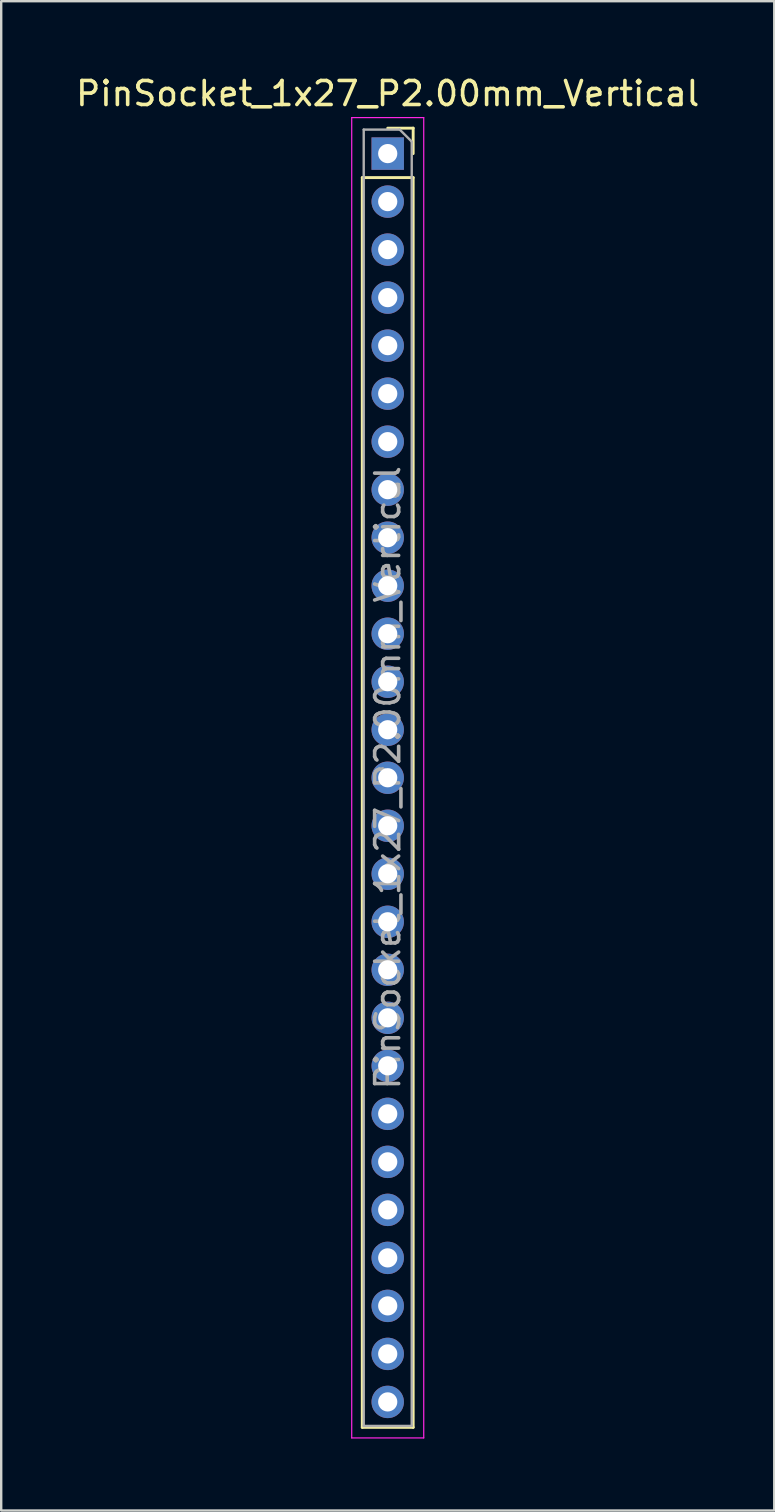
<source format=kicad_pcb>
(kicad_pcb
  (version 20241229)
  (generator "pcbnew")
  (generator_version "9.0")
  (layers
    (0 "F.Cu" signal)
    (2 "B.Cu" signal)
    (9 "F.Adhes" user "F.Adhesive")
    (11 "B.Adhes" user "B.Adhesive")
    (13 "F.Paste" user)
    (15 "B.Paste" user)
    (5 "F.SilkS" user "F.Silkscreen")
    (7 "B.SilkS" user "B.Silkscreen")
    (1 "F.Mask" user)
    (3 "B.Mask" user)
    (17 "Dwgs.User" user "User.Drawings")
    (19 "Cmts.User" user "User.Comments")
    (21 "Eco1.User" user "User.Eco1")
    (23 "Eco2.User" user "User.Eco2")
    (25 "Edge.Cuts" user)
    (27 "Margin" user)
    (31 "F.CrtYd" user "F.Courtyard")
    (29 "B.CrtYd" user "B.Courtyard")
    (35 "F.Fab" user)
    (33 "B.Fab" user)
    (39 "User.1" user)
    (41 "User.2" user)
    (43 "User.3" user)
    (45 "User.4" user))
  (footprint "PinSocket_1x27_P2.00mm_Vertical"
    (layer "F.Cu")
    (at 13.101 3.348)
    (property "Reference" "PinSocket_1x27_P2.00mm_Vertical" (at 0 -2.5 0) (layer "F.SilkS") (effects (font (size 1 1) (thickness 0.15))))
    (attr through_hole)
    (fp_line (start -1.06 1) (end -1.06 53.06) (stroke (width 0.12) (type solid)) (layer "F.SilkS"))
    (fp_line (start -1.06 1) (end 1.06 1) (stroke (width 0.12) (type solid)) (layer "F.SilkS"))
    (fp_line (start -1.06 53.06) (end 1.06 53.06) (stroke (width 0.12) (type solid)) (layer "F.SilkS"))
    (fp_line (start 0 -1.06) (end 1.06 -1.06) (stroke (width 0.12) (type solid)) (layer "F.SilkS"))
    (fp_line (start 1.06 -1.06) (end 1.06 0) (stroke (width 0.12) (type solid)) (layer "F.SilkS"))
    (fp_line (start 1.06 1) (end 1.06 53.06) (stroke (width 0.12) (type solid)) (layer "F.SilkS"))
    (fp_line (start -1.5 -1.5) (end 1.5 -1.5) (stroke (width 0.05) (type solid)) (layer "F.CrtYd"))
    (fp_line (start -1.5 53.5) (end -1.5 -1.5) (stroke (width 0.05) (type solid)) (layer "F.CrtYd"))
    (fp_line (start 1.5 -1.5) (end 1.5 53.5) (stroke (width 0.05) (type solid)) (layer "F.CrtYd"))
    (fp_line (start 1.5 53.5) (end -1.5 53.5) (stroke (width 0.05) (type solid)) (layer "F.CrtYd"))
    (fp_line (start -1 -1) (end 0.5 -1) (stroke (width 0.1) (type solid)) (layer "F.Fab"))
    (fp_line (start -1 53) (end -1 -1) (stroke (width 0.1) (type solid)) (layer "F.Fab"))
    (fp_line (start 0.5 -1) (end 1 -0.5) (stroke (width 0.1) (type solid)) (layer "F.Fab"))
    (fp_line (start 1 -0.5) (end 1 53) (stroke (width 0.1) (type solid)) (layer "F.Fab"))
    (fp_line (start 1 53) (end -1 53) (stroke (width 0.1) (type solid)) (layer "F.Fab"))
    (fp_text user "${REFERENCE}" (at 0 26 90) (layer "F.Fab") (effects (font (size 1 1) (thickness 0.15))))
    (pad "1" thru_hole rect (at 0 0) (size 1.35 1.35) (drill 0.8) (layers "*.Cu" "*.Mask"))
    (pad "2" thru_hole oval (at 0 2) (size 1.35 1.35) (drill 0.8) (layers "*.Cu" "*.Mask"))
    (pad "3" thru_hole oval (at 0 4) (size 1.35 1.35) (drill 0.8) (layers "*.Cu" "*.Mask"))
    (pad "4" thru_hole oval (at 0 6) (size 1.35 1.35) (drill 0.8) (layers "*.Cu" "*.Mask"))
    (pad "5" thru_hole oval (at 0 8) (size 1.35 1.35) (drill 0.8) (layers "*.Cu" "*.Mask"))
    (pad "6" thru_hole oval (at 0 10) (size 1.35 1.35) (drill 0.8) (layers "*.Cu" "*.Mask"))
    (pad "7" thru_hole oval (at 0 12) (size 1.35 1.35) (drill 0.8) (layers "*.Cu" "*.Mask"))
    (pad "8" thru_hole oval (at 0 14) (size 1.35 1.35) (drill 0.8) (layers "*.Cu" "*.Mask"))
    (pad "9" thru_hole oval (at 0 16) (size 1.35 1.35) (drill 0.8) (layers "*.Cu" "*.Mask"))
    (pad "10" thru_hole oval (at 0 18) (size 1.35 1.35) (drill 0.8) (layers "*.Cu" "*.Mask"))
    (pad "11" thru_hole oval (at 0 20) (size 1.35 1.35) (drill 0.8) (layers "*.Cu" "*.Mask"))
    (pad "12" thru_hole oval (at 0 22) (size 1.35 1.35) (drill 0.8) (layers "*.Cu" "*.Mask"))
    (pad "13" thru_hole oval (at 0 24) (size 1.35 1.35) (drill 0.8) (layers "*.Cu" "*.Mask"))
    (pad "14" thru_hole oval (at 0 26) (size 1.35 1.35) (drill 0.8) (layers "*.Cu" "*.Mask"))
    (pad "15" thru_hole oval (at 0 28) (size 1.35 1.35) (drill 0.8) (layers "*.Cu" "*.Mask"))
    (pad "16" thru_hole oval (at 0 30) (size 1.35 1.35) (drill 0.8) (layers "*.Cu" "*.Mask"))
    (pad "17" thru_hole oval (at 0 32) (size 1.35 1.35) (drill 0.8) (layers "*.Cu" "*.Mask"))
    (pad "18" thru_hole oval (at 0 34) (size 1.35 1.35) (drill 0.8) (layers "*.Cu" "*.Mask"))
    (pad "19" thru_hole oval (at 0 36) (size 1.35 1.35) (drill 0.8) (layers "*.Cu" "*.Mask"))
    (pad "20" thru_hole oval (at 0 38) (size 1.35 1.35) (drill 0.8) (layers "*.Cu" "*.Mask"))
    (pad "21" thru_hole oval (at 0 40) (size 1.35 1.35) (drill 0.8) (layers "*.Cu" "*.Mask"))
    (pad "22" thru_hole oval (at 0 42) (size 1.35 1.35) (drill 0.8) (layers "*.Cu" "*.Mask"))
    (pad "23" thru_hole oval (at 0 44) (size 1.35 1.35) (drill 0.8) (layers "*.Cu" "*.Mask"))
    (pad "24" thru_hole oval (at 0 46) (size 1.35 1.35) (drill 0.8) (layers "*.Cu" "*.Mask"))
    (pad "25" thru_hole oval (at 0 48) (size 1.35 1.35) (drill 0.8) (layers "*.Cu" "*.Mask"))
    (pad "26" thru_hole oval (at 0 50) (size 1.35 1.35) (drill 0.8) (layers "*.Cu" "*.Mask"))
    (pad "27" thru_hole oval (at 0 52) (size 1.35 1.35) (drill 0.8) (layers "*.Cu" "*.Mask")))
  (gr_rect
    (start -3 -3)
    (end 29.202 59.873)
    (stroke (width 0.1) (type default))
    (fill no)
    (layer "Edge.Cuts")))
</source>
